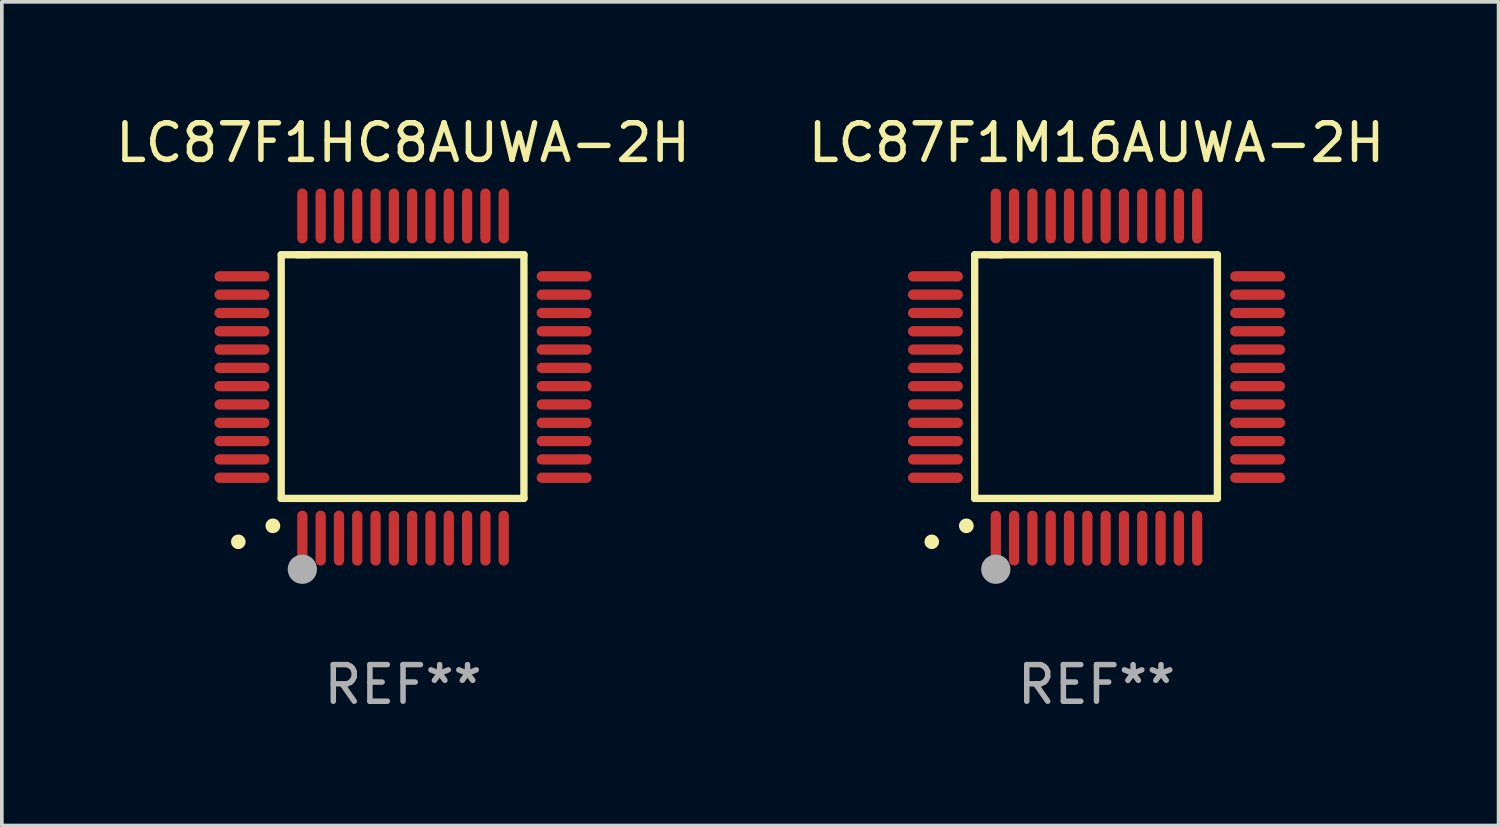
<source format=kicad_pcb>
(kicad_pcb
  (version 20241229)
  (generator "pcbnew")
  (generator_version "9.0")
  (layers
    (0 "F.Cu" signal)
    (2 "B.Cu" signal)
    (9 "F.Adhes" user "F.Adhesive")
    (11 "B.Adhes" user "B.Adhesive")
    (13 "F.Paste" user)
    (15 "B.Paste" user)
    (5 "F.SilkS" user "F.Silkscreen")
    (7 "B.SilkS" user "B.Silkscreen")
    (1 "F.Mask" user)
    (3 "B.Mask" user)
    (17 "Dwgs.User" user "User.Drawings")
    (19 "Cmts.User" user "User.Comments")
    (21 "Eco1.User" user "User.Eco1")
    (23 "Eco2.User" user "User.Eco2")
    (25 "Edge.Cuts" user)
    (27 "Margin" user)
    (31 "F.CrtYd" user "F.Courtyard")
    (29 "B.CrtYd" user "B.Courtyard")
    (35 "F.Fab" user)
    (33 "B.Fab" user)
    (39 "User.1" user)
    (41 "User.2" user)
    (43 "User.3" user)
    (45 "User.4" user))
  (footprint "LC87F1M16AUWA-2H"
    (layer "F.Cu")
    (at 26.899 7.248)
    (property "Reference" "LC87F1M16AUWA-2H" (at 0 -6.4 0) (layer "F.SilkS") (effects (font (size 1 1) (thickness 0.15))))
    (attr through_hole)
    (fp_line (start -3.327 -3.34) (end -2.565 -3.34) (stroke (width 0.2) (type solid)) (layer "F.SilkS"))
    (fp_line (start -3.327 3.315) (end -3.327 -3.34) (stroke (width 0.2) (type solid)) (layer "F.SilkS"))
    (fp_line (start -2.896 -3.34) (end 3.302 -3.34) (stroke (width 0.2) (type solid)) (layer "F.SilkS"))
    (fp_line (start 3.302 -3.34) (end 3.302 3.315) (stroke (width 0.2) (type solid)) (layer "F.SilkS"))
    (fp_line (start 3.302 3.315) (end -3.327 3.315) (stroke (width 0.2) (type solid)) (layer "F.SilkS"))
    (fp_arc (start -3.556007 4.064008) (mid -3.554737 4.064004) (end -3.553467 4.064008) (stroke (width 0.4) (type solid)) (layer "F.SilkS"))
    (fp_circle (center -4.5 4.5) (end -4.4 4.5) (stroke (width 0.2) (type solid)) (fill no) (layer "F.SilkS"))
    (fp_circle (center -2.75 5.25) (end -2.55 5.25) (stroke (width 0.4) (type solid)) (fill no) (layer "F.Fab"))
    (fp_text user "REF**" (at 0 8.4 0) (layer "F.Fab") (effects (font (size 1 1) (thickness 0.15))))
    (pad "1" smd oval (at -2.75 4.4 180) (size 0.28 1.5) (layers "F.Cu" "F.Mask" "F.Paste"))
    (pad "2" smd oval (at -2.25 4.4 180) (size 0.28 1.5) (layers "F.Cu" "F.Mask" "F.Paste"))
    (pad "3" smd oval (at -1.75 4.4 180) (size 0.28 1.5) (layers "F.Cu" "F.Mask" "F.Paste"))
    (pad "4" smd oval (at -1.25 4.4 180) (size 0.28 1.5) (layers "F.Cu" "F.Mask" "F.Paste"))
    (pad "5" smd oval (at -0.75 4.4 180) (size 0.28 1.5) (layers "F.Cu" "F.Mask" "F.Paste"))
    (pad "6" smd oval (at -0.25 4.4 180) (size 0.28 1.5) (layers "F.Cu" "F.Mask" "F.Paste"))
    (pad "7" smd oval (at 0.25 4.4 180) (size 0.28 1.5) (layers "F.Cu" "F.Mask" "F.Paste"))
    (pad "8" smd oval (at 0.75 4.4 180) (size 0.28 1.5) (layers "F.Cu" "F.Mask" "F.Paste"))
    (pad "9" smd oval (at 1.25 4.4 180) (size 0.28 1.5) (layers "F.Cu" "F.Mask" "F.Paste"))
    (pad "10" smd oval (at 1.75 4.4 180) (size 0.28 1.5) (layers "F.Cu" "F.Mask" "F.Paste"))
    (pad "11" smd oval (at 2.25 4.4 180) (size 0.28 1.5) (layers "F.Cu" "F.Mask" "F.Paste"))
    (pad "12" smd oval (at 2.75 4.4 180) (size 0.28 1.5) (layers "F.Cu" "F.Mask" "F.Paste"))
    (pad "13" smd oval (at 4.4 2.75 90) (size 0.28 1.5) (layers "F.Cu" "F.Mask" "F.Paste"))
    (pad "14" smd oval (at 4.4 2.25 90) (size 0.28 1.5) (layers "F.Cu" "F.Mask" "F.Paste"))
    (pad "15" smd oval (at 4.4 1.75 90) (size 0.28 1.5) (layers "F.Cu" "F.Mask" "F.Paste"))
    (pad "16" smd oval (at 4.4 1.25 90) (size 0.28 1.5) (layers "F.Cu" "F.Mask" "F.Paste"))
    (pad "17" smd oval (at 4.4 0.75 90) (size 0.28 1.5) (layers "F.Cu" "F.Mask" "F.Paste"))
    (pad "18" smd oval (at 4.4 0.25 90) (size 0.28 1.5) (layers "F.Cu" "F.Mask" "F.Paste"))
    (pad "19" smd oval (at 4.4 -0.25 90) (size 0.28 1.5) (layers "F.Cu" "F.Mask" "F.Paste"))
    (pad "20" smd oval (at 4.4 -0.75 90) (size 0.28 1.5) (layers "F.Cu" "F.Mask" "F.Paste"))
    (pad "21" smd oval (at 4.4 -1.25 90) (size 0.28 1.5) (layers "F.Cu" "F.Mask" "F.Paste"))
    (pad "22" smd oval (at 4.4 -1.75 90) (size 0.28 1.5) (layers "F.Cu" "F.Mask" "F.Paste"))
    (pad "23" smd oval (at 4.4 -2.25 90) (size 0.28 1.5) (layers "F.Cu" "F.Mask" "F.Paste"))
    (pad "24" smd oval (at 4.4 -2.75 90) (size 0.28 1.5) (layers "F.Cu" "F.Mask" "F.Paste"))
    (pad "25" smd oval (at 2.75 -4.4 180) (size 0.28 1.5) (layers "F.Cu" "F.Mask" "F.Paste"))
    (pad "26" smd oval (at 2.25 -4.4 180) (size 0.28 1.5) (layers "F.Cu" "F.Mask" "F.Paste"))
    (pad "27" smd oval (at 1.75 -4.4 180) (size 0.28 1.5) (layers "F.Cu" "F.Mask" "F.Paste"))
    (pad "28" smd oval (at 1.25 -4.4 180) (size 0.28 1.5) (layers "F.Cu" "F.Mask" "F.Paste"))
    (pad "29" smd oval (at 0.75 -4.4 180) (size 0.28 1.5) (layers "F.Cu" "F.Mask" "F.Paste"))
    (pad "30" smd oval (at 0.25 -4.4 180) (size 0.28 1.5) (layers "F.Cu" "F.Mask" "F.Paste"))
    (pad "31" smd oval (at -0.25 -4.4 180) (size 0.28 1.5) (layers "F.Cu" "F.Mask" "F.Paste"))
    (pad "32" smd oval (at -0.75 -4.4 180) (size 0.28 1.5) (layers "F.Cu" "F.Mask" "F.Paste"))
    (pad "33" smd oval (at -1.25 -4.4 180) (size 0.28 1.5) (layers "F.Cu" "F.Mask" "F.Paste"))
    (pad "34" smd oval (at -1.75 -4.4 180) (size 0.28 1.5) (layers "F.Cu" "F.Mask" "F.Paste"))
    (pad "35" smd oval (at -2.25 -4.4 180) (size 0.28 1.5) (layers "F.Cu" "F.Mask" "F.Paste"))
    (pad "36" smd oval (at -2.75 -4.4 180) (size 0.28 1.5) (layers "F.Cu" "F.Mask" "F.Paste"))
    (pad "37" smd oval (at -4.4 -2.75 90) (size 0.28 1.5) (layers "F.Cu" "F.Mask" "F.Paste"))
    (pad "38" smd oval (at -4.4 -2.25 90) (size 0.28 1.5) (layers "F.Cu" "F.Mask" "F.Paste"))
    (pad "39" smd oval (at -4.4 -1.75 90) (size 0.28 1.5) (layers "F.Cu" "F.Mask" "F.Paste"))
    (pad "40" smd oval (at -4.4 -1.25 90) (size 0.28 1.5) (layers "F.Cu" "F.Mask" "F.Paste"))
    (pad "41" smd oval (at -4.4 -0.75 90) (size 0.28 1.5) (layers "F.Cu" "F.Mask" "F.Paste"))
    (pad "42" smd oval (at -4.4 -0.25 90) (size 0.28 1.5) (layers "F.Cu" "F.Mask" "F.Paste"))
    (pad "43" smd oval (at -4.4 0.25 90) (size 0.28 1.5) (layers "F.Cu" "F.Mask" "F.Paste"))
    (pad "44" smd oval (at -4.4 0.75 90) (size 0.28 1.5) (layers "F.Cu" "F.Mask" "F.Paste"))
    (pad "45" smd oval (at -4.4 1.25 90) (size 0.28 1.5) (layers "F.Cu" "F.Mask" "F.Paste"))
    (pad "46" smd oval (at -4.4 1.75 90) (size 0.28 1.5) (layers "F.Cu" "F.Mask" "F.Paste"))
    (pad "47" smd oval (at -4.4 2.25 90) (size 0.28 1.5) (layers "F.Cu" "F.Mask" "F.Paste"))
    (pad "48" smd oval (at -4.4 2.75 90) (size 0.28 1.5) (layers "F.Cu" "F.Mask" "F.Paste")))
  (footprint "LC87F1HC8AUWA-2H"
    (layer "F.Cu")
    (at 7.958 7.248)
    (property "Reference" "LC87F1HC8AUWA-2H" (at 0 -6.4 0) (layer "F.SilkS") (effects (font (size 1 1) (thickness 0.15))))
    (attr through_hole)
    (fp_line (start -3.327 -3.34) (end -2.565 -3.34) (stroke (width 0.2) (type solid)) (layer "F.SilkS"))
    (fp_line (start -3.327 3.315) (end -3.327 -3.34) (stroke (width 0.2) (type solid)) (layer "F.SilkS"))
    (fp_line (start -2.896 -3.34) (end 3.302 -3.34) (stroke (width 0.2) (type solid)) (layer "F.SilkS"))
    (fp_line (start 3.302 -3.34) (end 3.302 3.315) (stroke (width 0.2) (type solid)) (layer "F.SilkS"))
    (fp_line (start 3.302 3.315) (end -3.327 3.315) (stroke (width 0.2) (type solid)) (layer "F.SilkS"))
    (fp_arc (start -3.556007 4.064008) (mid -3.554737 4.064004) (end -3.553467 4.064008) (stroke (width 0.4) (type solid)) (layer "F.SilkS"))
    (fp_circle (center -4.5 4.5) (end -4.4 4.5) (stroke (width 0.2) (type solid)) (fill no) (layer "F.SilkS"))
    (fp_circle (center -2.75 5.25) (end -2.55 5.25) (stroke (width 0.4) (type solid)) (fill no) (layer "F.Fab"))
    (fp_text user "REF**" (at 0 8.4 0) (layer "F.Fab") (effects (font (size 1 1) (thickness 0.15))))
    (pad "1" smd oval (at -2.75 4.4 180) (size 0.28 1.5) (layers "F.Cu" "F.Mask" "F.Paste"))
    (pad "2" smd oval (at -2.25 4.4 180) (size 0.28 1.5) (layers "F.Cu" "F.Mask" "F.Paste"))
    (pad "3" smd oval (at -1.75 4.4 180) (size 0.28 1.5) (layers "F.Cu" "F.Mask" "F.Paste"))
    (pad "4" smd oval (at -1.25 4.4 180) (size 0.28 1.5) (layers "F.Cu" "F.Mask" "F.Paste"))
    (pad "5" smd oval (at -0.75 4.4 180) (size 0.28 1.5) (layers "F.Cu" "F.Mask" "F.Paste"))
    (pad "6" smd oval (at -0.25 4.4 180) (size 0.28 1.5) (layers "F.Cu" "F.Mask" "F.Paste"))
    (pad "7" smd oval (at 0.25 4.4 180) (size 0.28 1.5) (layers "F.Cu" "F.Mask" "F.Paste"))
    (pad "8" smd oval (at 0.75 4.4 180) (size 0.28 1.5) (layers "F.Cu" "F.Mask" "F.Paste"))
    (pad "9" smd oval (at 1.25 4.4 180) (size 0.28 1.5) (layers "F.Cu" "F.Mask" "F.Paste"))
    (pad "10" smd oval (at 1.75 4.4 180) (size 0.28 1.5) (layers "F.Cu" "F.Mask" "F.Paste"))
    (pad "11" smd oval (at 2.25 4.4 180) (size 0.28 1.5) (layers "F.Cu" "F.Mask" "F.Paste"))
    (pad "12" smd oval (at 2.75 4.4 180) (size 0.28 1.5) (layers "F.Cu" "F.Mask" "F.Paste"))
    (pad "13" smd oval (at 4.4 2.75 90) (size 0.28 1.5) (layers "F.Cu" "F.Mask" "F.Paste"))
    (pad "14" smd oval (at 4.4 2.25 90) (size 0.28 1.5) (layers "F.Cu" "F.Mask" "F.Paste"))
    (pad "15" smd oval (at 4.4 1.75 90) (size 0.28 1.5) (layers "F.Cu" "F.Mask" "F.Paste"))
    (pad "16" smd oval (at 4.4 1.25 90) (size 0.28 1.5) (layers "F.Cu" "F.Mask" "F.Paste"))
    (pad "17" smd oval (at 4.4 0.75 90) (size 0.28 1.5) (layers "F.Cu" "F.Mask" "F.Paste"))
    (pad "18" smd oval (at 4.4 0.25 90) (size 0.28 1.5) (layers "F.Cu" "F.Mask" "F.Paste"))
    (pad "19" smd oval (at 4.4 -0.25 90) (size 0.28 1.5) (layers "F.Cu" "F.Mask" "F.Paste"))
    (pad "20" smd oval (at 4.4 -0.75 90) (size 0.28 1.5) (layers "F.Cu" "F.Mask" "F.Paste"))
    (pad "21" smd oval (at 4.4 -1.25 90) (size 0.28 1.5) (layers "F.Cu" "F.Mask" "F.Paste"))
    (pad "22" smd oval (at 4.4 -1.75 90) (size 0.28 1.5) (layers "F.Cu" "F.Mask" "F.Paste"))
    (pad "23" smd oval (at 4.4 -2.25 90) (size 0.28 1.5) (layers "F.Cu" "F.Mask" "F.Paste"))
    (pad "24" smd oval (at 4.4 -2.75 90) (size 0.28 1.5) (layers "F.Cu" "F.Mask" "F.Paste"))
    (pad "25" smd oval (at 2.75 -4.4 180) (size 0.28 1.5) (layers "F.Cu" "F.Mask" "F.Paste"))
    (pad "26" smd oval (at 2.25 -4.4 180) (size 0.28 1.5) (layers "F.Cu" "F.Mask" "F.Paste"))
    (pad "27" smd oval (at 1.75 -4.4 180) (size 0.28 1.5) (layers "F.Cu" "F.Mask" "F.Paste"))
    (pad "28" smd oval (at 1.25 -4.4 180) (size 0.28 1.5) (layers "F.Cu" "F.Mask" "F.Paste"))
    (pad "29" smd oval (at 0.75 -4.4 180) (size 0.28 1.5) (layers "F.Cu" "F.Mask" "F.Paste"))
    (pad "30" smd oval (at 0.25 -4.4 180) (size 0.28 1.5) (layers "F.Cu" "F.Mask" "F.Paste"))
    (pad "31" smd oval (at -0.25 -4.4 180) (size 0.28 1.5) (layers "F.Cu" "F.Mask" "F.Paste"))
    (pad "32" smd oval (at -0.75 -4.4 180) (size 0.28 1.5) (layers "F.Cu" "F.Mask" "F.Paste"))
    (pad "33" smd oval (at -1.25 -4.4 180) (size 0.28 1.5) (layers "F.Cu" "F.Mask" "F.Paste"))
    (pad "34" smd oval (at -1.75 -4.4 180) (size 0.28 1.5) (layers "F.Cu" "F.Mask" "F.Paste"))
    (pad "35" smd oval (at -2.25 -4.4 180) (size 0.28 1.5) (layers "F.Cu" "F.Mask" "F.Paste"))
    (pad "36" smd oval (at -2.75 -4.4 180) (size 0.28 1.5) (layers "F.Cu" "F.Mask" "F.Paste"))
    (pad "37" smd oval (at -4.4 -2.75 90) (size 0.28 1.5) (layers "F.Cu" "F.Mask" "F.Paste"))
    (pad "38" smd oval (at -4.4 -2.25 90) (size 0.28 1.5) (layers "F.Cu" "F.Mask" "F.Paste"))
    (pad "39" smd oval (at -4.4 -1.75 90) (size 0.28 1.5) (layers "F.Cu" "F.Mask" "F.Paste"))
    (pad "40" smd oval (at -4.4 -1.25 90) (size 0.28 1.5) (layers "F.Cu" "F.Mask" "F.Paste"))
    (pad "41" smd oval (at -4.4 -0.75 90) (size 0.28 1.5) (layers "F.Cu" "F.Mask" "F.Paste"))
    (pad "42" smd oval (at -4.4 -0.25 90) (size 0.28 1.5) (layers "F.Cu" "F.Mask" "F.Paste"))
    (pad "43" smd oval (at -4.4 0.25 90) (size 0.28 1.5) (layers "F.Cu" "F.Mask" "F.Paste"))
    (pad "44" smd oval (at -4.4 0.75 90) (size 0.28 1.5) (layers "F.Cu" "F.Mask" "F.Paste"))
    (pad "45" smd oval (at -4.4 1.25 90) (size 0.28 1.5) (layers "F.Cu" "F.Mask" "F.Paste"))
    (pad "46" smd oval (at -4.4 1.75 90) (size 0.28 1.5) (layers "F.Cu" "F.Mask" "F.Paste"))
    (pad "47" smd oval (at -4.4 2.25 90) (size 0.28 1.5) (layers "F.Cu" "F.Mask" "F.Paste"))
    (pad "48" smd oval (at -4.4 2.75 90) (size 0.28 1.5) (layers "F.Cu" "F.Mask" "F.Paste")))
  (gr_rect
    (start -3 -3)
    (end 37.881 19.497)
    (stroke (width 0.1) (type default))
    (fill no)
    (layer "Edge.Cuts")))
</source>
